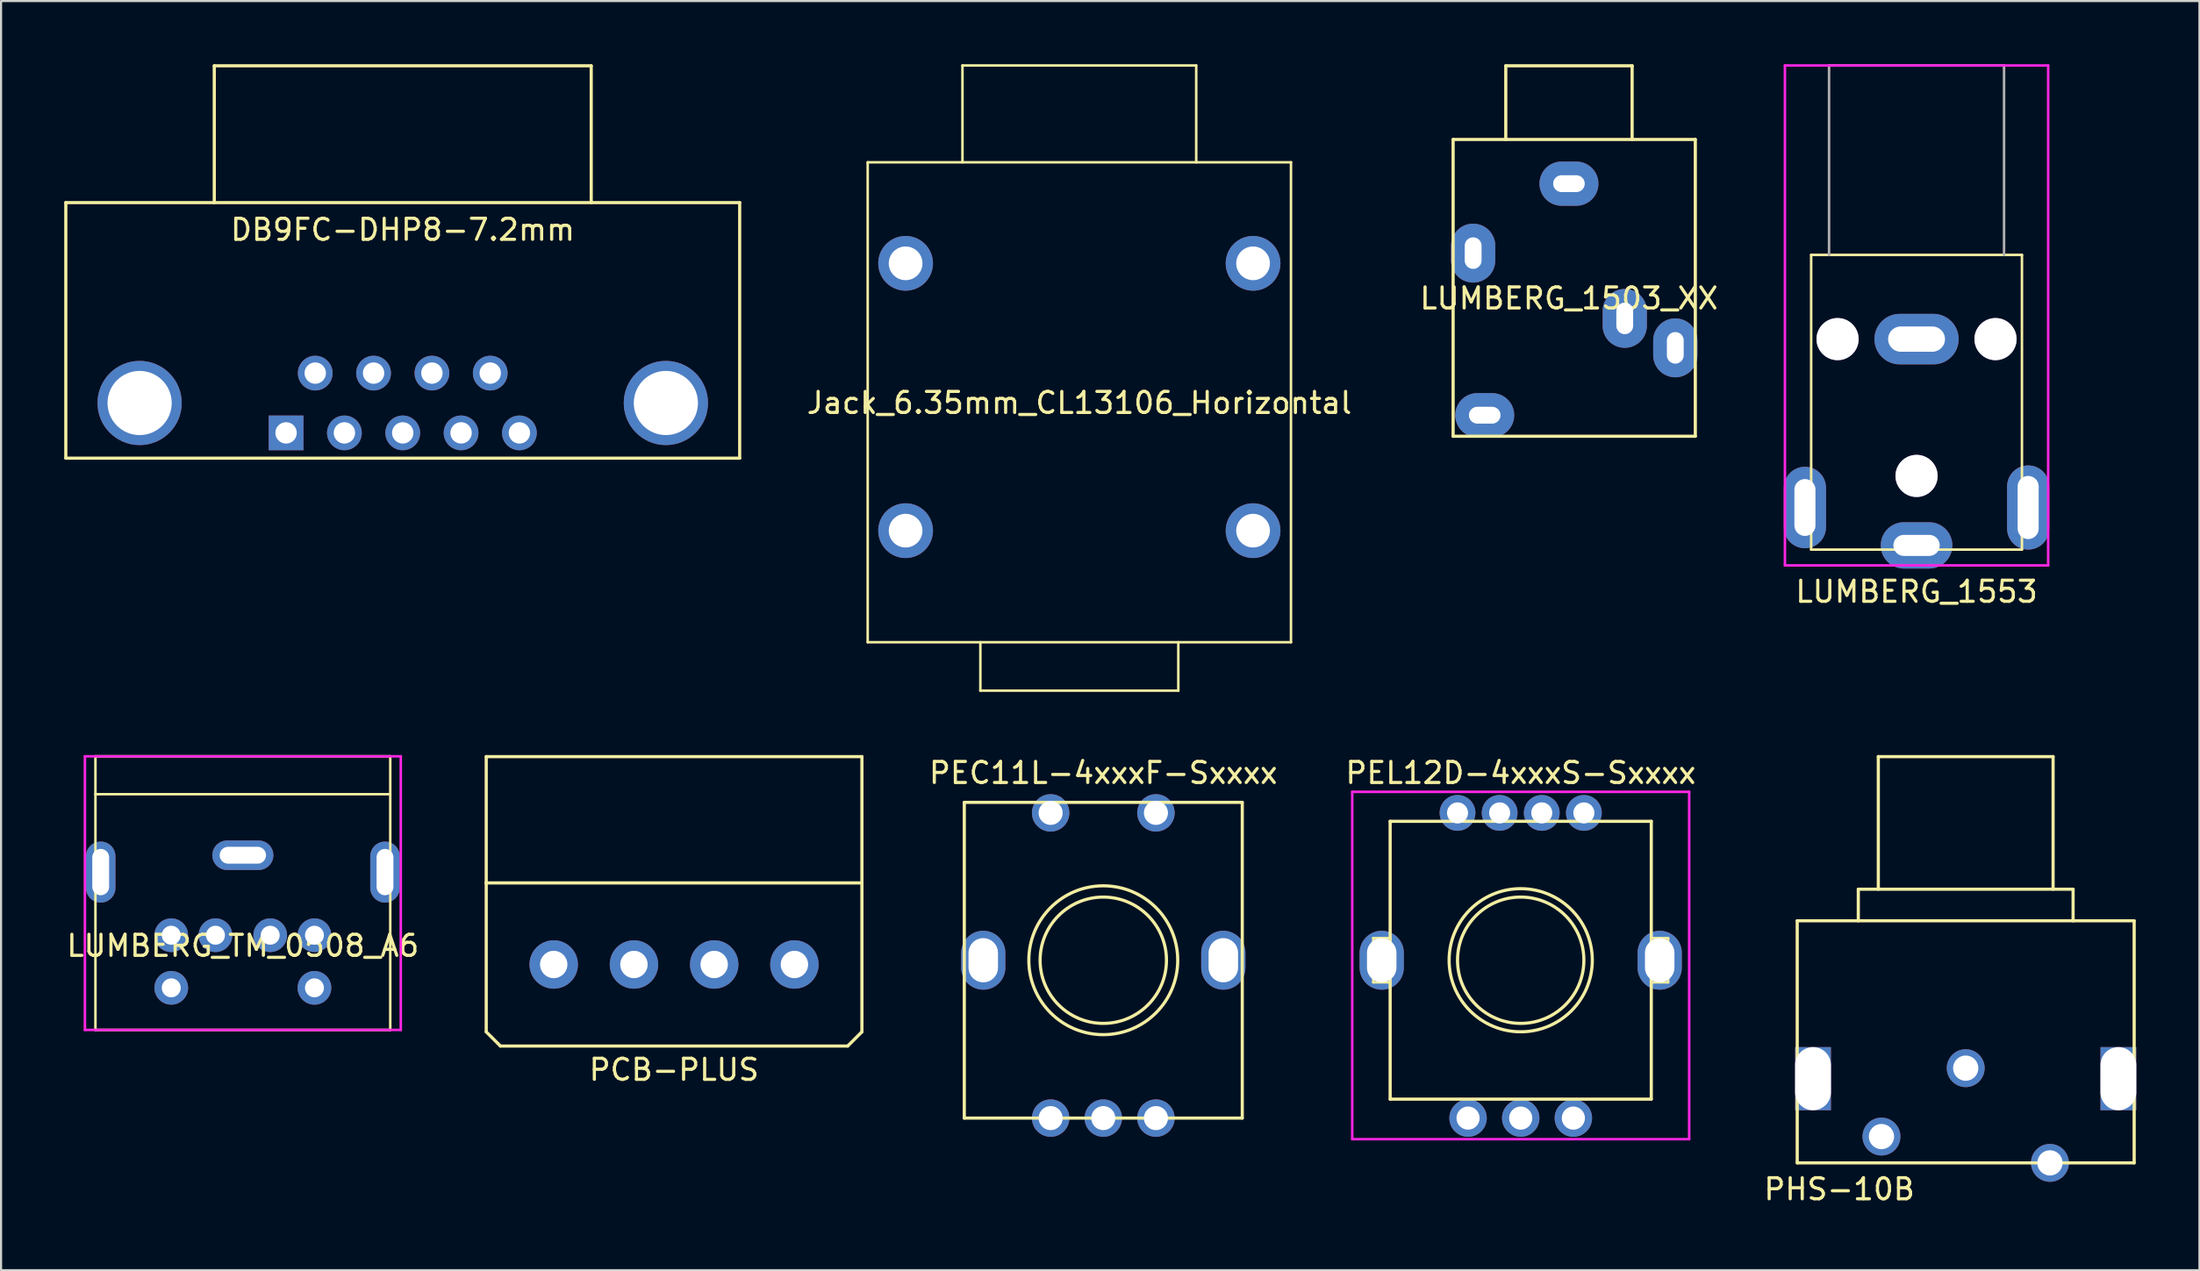
<source format=kicad_pcb>
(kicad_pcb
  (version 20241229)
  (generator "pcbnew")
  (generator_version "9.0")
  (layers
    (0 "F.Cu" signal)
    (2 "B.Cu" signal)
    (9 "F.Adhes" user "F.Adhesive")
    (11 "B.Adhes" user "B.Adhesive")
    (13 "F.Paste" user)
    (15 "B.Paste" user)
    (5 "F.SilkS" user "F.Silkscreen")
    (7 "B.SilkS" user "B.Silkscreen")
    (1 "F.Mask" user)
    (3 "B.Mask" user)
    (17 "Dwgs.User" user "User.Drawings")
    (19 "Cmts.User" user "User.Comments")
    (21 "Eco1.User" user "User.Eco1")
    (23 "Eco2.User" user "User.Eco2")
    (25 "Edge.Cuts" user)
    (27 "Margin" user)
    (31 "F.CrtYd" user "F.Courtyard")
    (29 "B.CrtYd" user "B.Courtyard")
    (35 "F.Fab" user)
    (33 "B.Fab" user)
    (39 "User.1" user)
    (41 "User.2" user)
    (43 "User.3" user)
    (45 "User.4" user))
  (footprint "PHS-10B"
    (layer "F.Cu")
    (at 86.294 50.945)
    (property "Reference" "PHS-10B" (at -2 2.5 0) (layer "F.SilkS") (effects (font (size 1 1) (thickness 0.15))))
    (attr through_hole)
    (fp_line (start -4 -10.25) (end -4 1.25) (stroke (width 0.15) (type solid)) (layer "F.SilkS"))
    (fp_line (start -4 -10.25) (end 12 -10.25) (stroke (width 0.15) (type solid)) (layer "F.SilkS"))
    (fp_line (start -4 1.25) (end 12 1.25) (stroke (width 0.15) (type solid)) (layer "F.SilkS"))
    (fp_line (start -1.1 -11.75) (end 9.1 -11.75) (stroke (width 0.15) (type solid)) (layer "F.SilkS"))
    (fp_line (start -1.1 -10.25) (end -1.1 -11.75) (stroke (width 0.15) (type solid)) (layer "F.SilkS"))
    (fp_line (start -0.15 -18.05) (end 8.15 -18.05) (stroke (width 0.15) (type solid)) (layer "F.SilkS"))
    (fp_line (start -0.15 -11.75) (end -0.15 -18.05) (stroke (width 0.15) (type solid)) (layer "F.SilkS"))
    (fp_line (start 8.15 -18.05) (end 8.15 -11.75) (stroke (width 0.15) (type solid)) (layer "F.SilkS"))
    (fp_line (start 9.1 -11.75) (end 9.1 -10.25) (stroke (width 0.15) (type solid)) (layer "F.SilkS"))
    (fp_line (start 12 1.25) (end 12 -10.25) (stroke (width 0.15) (type solid)) (layer "F.SilkS"))
    (pad "1" thru_hole circle (at 8 1.25) (size 1.8 1.8) (drill 1.2) (layers "*.Cu" "*.Mask"))
    (pad "2" thru_hole circle (at 0 0) (size 1.8 1.8) (drill 1.2) (layers "*.Cu" "*.Mask"))
    (pad "3" thru_hole circle (at 4 -3.25) (size 1.8 1.8) (drill 1.2) (layers "*.Cu" "*.Mask"))
    (pad "H2" thru_hole rect (at -3.25 -2.75) (size 1.7 3) (drill oval 1.7 3) (layers "*.Cu" "*.Mask"))
    (pad "H2" thru_hole rect (at 11.25 -2.75) (size 1.7 3) (drill oval 1.7 3) (layers "*.Cu" "*.Mask")))
  (footprint "Jack_6.35mm_CL13106_Horizontal"
    (layer "F.Cu")
    (at 48.204 4.66)
    (property "Reference" "Jack_6.35mm_CL13106_Horizontal" (at 0 11.43 0) (layer "F.SilkS") (effects (font (size 1 1) (thickness 0.15))))
    (attr through_hole)
    (fp_line (start -10.05 0) (end 10.05 0) (stroke (width 0.12) (type solid)) (layer "F.SilkS"))
    (fp_line (start -10.05 22.8) (end -10.05 0) (stroke (width 0.12) (type solid)) (layer "F.SilkS"))
    (fp_line (start -5.55 -4.6) (end 5.55 -4.6) (stroke (width 0.12) (type solid)) (layer "F.SilkS"))
    (fp_line (start -5.55 0) (end -5.55 -4.6) (stroke (width 0.12) (type solid)) (layer "F.SilkS"))
    (fp_line (start -4.7 22.8) (end -4.7 25.1) (stroke (width 0.12) (type solid)) (layer "F.SilkS"))
    (fp_line (start -4.7 25.1) (end 4.7 25.1) (stroke (width 0.12) (type solid)) (layer "F.SilkS"))
    (fp_line (start 4.7 22.8) (end 4.7 25.1) (stroke (width 0.12) (type solid)) (layer "F.SilkS"))
    (fp_line (start 5.55 -4.6) (end 5.55 0) (stroke (width 0.12) (type solid)) (layer "F.SilkS"))
    (fp_line (start 10.05 0) (end 10.05 22.8) (stroke (width 0.12) (type solid)) (layer "F.SilkS"))
    (fp_line (start 10.05 22.8) (end -10.05 22.8) (stroke (width 0.12) (type solid)) (layer "F.SilkS"))
    (pad "S" thru_hole circle (at -8.25 4.8) (size 2.6 2.6) (drill 1.6) (layers "*.Cu" "*.Mask"))
    (pad "SN" thru_hole circle (at 8.25 4.8) (size 2.6 2.6) (drill 1.6) (layers "*.Cu" "*.Mask"))
    (pad "T" thru_hole circle (at -8.25 17.5) (size 2.6 2.6) (drill 1.6) (layers "*.Cu" "*.Mask"))
    (pad "TN" thru_hole circle (at 8.25 17.5 90) (size 2.6 2.6) (drill 1.6) (layers "*.Cu" "*.Mask")))
  (footprint "PEL12D-4xxxS-Sxxxx"
    (layer "F.Cu")
    (at 69.163 42.568)
    (property "Reference" "PEL12D-4xxxS-Sxxxx" (at 0 -8.9 180) (layer "F.SilkS") (effects (font (size 1 1) (thickness 0.15))))
    (attr through_hole)
    (fp_line (start -7 -1.05) (end -7 1.05) (stroke (width 0.12) (type solid)) (layer "F.SilkS"))
    (fp_line (start -7 -1.05) (end -6.2 -1.05) (stroke (width 0.12) (type solid)) (layer "F.SilkS"))
    (fp_line (start -7 1.05) (end -6.2 1.05) (stroke (width 0.12) (type solid)) (layer "F.SilkS"))
    (fp_line (start -6.2 -6.6) (end 6.2 -6.6) (stroke (width 0.15) (type solid)) (layer "F.SilkS"))
    (fp_line (start -6.2 6.6) (end -6.2 -6.6) (stroke (width 0.15) (type solid)) (layer "F.SilkS"))
    (fp_line (start 6.2 -6.6) (end 6.2 6.6) (stroke (width 0.15) (type solid)) (layer "F.SilkS"))
    (fp_line (start 6.2 6.6) (end -6.2 6.6) (stroke (width 0.15) (type solid)) (layer "F.SilkS"))
    (fp_line (start 7 -1.05) (end 6.2 -1.05) (stroke (width 0.12) (type solid)) (layer "F.SilkS"))
    (fp_line (start 7 -1.05) (end 7 1.05) (stroke (width 0.12) (type solid)) (layer "F.SilkS"))
    (fp_line (start 7 1.05) (end 6.2 1.05) (stroke (width 0.12) (type solid)) (layer "F.SilkS"))
    (fp_circle (center 0 0) (end 0 -3) (stroke (width 0.15) (type solid)) (fill no) (layer "F.SilkS"))
    (fp_circle (center 0 0) (end 3.4 0) (stroke (width 0.15) (type solid)) (fill no) (layer "F.SilkS"))
    (fp_line (start -8 -8) (end 8 -8) (stroke (width 0.12) (type solid)) (layer "F.CrtYd"))
    (fp_line (start -8 8.5) (end -8 -8) (stroke (width 0.12) (type solid)) (layer "F.CrtYd"))
    (fp_line (start 8 -8) (end 8 8.5) (stroke (width 0.12) (type solid)) (layer "F.CrtYd"))
    (fp_line (start 8 8.5) (end -8 8.5) (stroke (width 0.12) (type solid)) (layer "F.CrtYd"))
    (pad "" thru_hole oval (at -6.6 0) (size 2.1 2.8) (drill oval 1.4 2.1) (layers "*.Cu" "*.Mask"))
    (pad "" thru_hole oval (at 6.6 0) (size 2.1 2.8) (drill oval 1.4 2.1) (layers "*.Cu" "*.Mask"))
    (pad "1" thru_hole circle (at 3 -7 90) (size 1.7 1.7) (drill 1) (layers "*.Cu" "*.Mask"))
    (pad "2" thru_hole circle (at 1 -7 90) (size 1.7 1.7) (drill 1) (layers "*.Cu" "*.Mask"))
    (pad "3" thru_hole circle (at -1 -7 90) (size 1.7 1.7) (drill 1) (layers "*.Cu" "*.Mask"))
    (pad "4" thru_hole circle (at -3 -7 90) (size 1.7 1.7) (drill 1) (layers "*.Cu" "*.Mask"))
    (pad "A" thru_hole circle (at -2.5 7.5 90) (size 1.778 1.778) (drill 1.1) (layers "*.Cu" "*.Mask"))
    (pad "B" thru_hole circle (at 2.5 7.5 90) (size 1.778 1.778) (drill 1.1) (layers "*.Cu" "*.Mask"))
    (pad "C" thru_hole circle (at 0 7.5 90) (size 1.778 1.778) (drill 1.1) (layers "*.Cu" "*.Mask")))
  (footprint "PEC11L-4xxxF-Sxxxx"
    (layer "F.Cu")
    (at 49.341 42.568)
    (property "Reference" "PEC11L-4xxxF-Sxxxx" (at 0 -8.9 180) (layer "F.SilkS") (effects (font (size 1 1) (thickness 0.15))))
    (attr through_hole)
    (fp_line (start -6.6 -7.5) (end 6.6 -7.5) (stroke (width 0.15) (type solid)) (layer "F.SilkS"))
    (fp_line (start -6.6 7.5) (end -6.6 -7.5) (stroke (width 0.15) (type solid)) (layer "F.SilkS"))
    (fp_line (start 6.6 -7.5) (end 6.6 7.5) (stroke (width 0.15) (type solid)) (layer "F.SilkS"))
    (fp_line (start 6.6 7.5) (end -6.6 7.5) (stroke (width 0.15) (type solid)) (layer "F.SilkS"))
    (fp_circle (center 0 0) (end -0.5 -3.5) (stroke (width 0.15) (type solid)) (fill no) (layer "F.SilkS"))
    (fp_circle (center 0 0) (end 0 -3) (stroke (width 0.15) (type solid)) (fill no) (layer "F.SilkS"))
    (pad "" thru_hole oval (at -5.7 0) (size 2.1 2.8) (drill oval 1.4 2.1) (layers "*.Cu" "*.Mask"))
    (pad "" thru_hole oval (at 5.7 0) (size 2.1 2.8) (drill oval 1.4 2.1) (layers "*.Cu" "*.Mask"))
    (pad "1" thru_hole circle (at -2.5 -7 90) (size 1.778 1.778) (drill 1.143) (layers "*.Cu" "*.Mask"))
    (pad "2" thru_hole circle (at 2.5 -7 90) (size 1.778 1.778) (drill 1.143) (layers "*.Cu" "*.Mask"))
    (pad "3" thru_hole circle (at -2.5 7.5 90) (size 1.778 1.778) (drill 1.143) (layers "*.Cu" "*.Mask"))
    (pad "4" thru_hole circle (at 0 7.5 90) (size 1.778 1.778) (drill 1.143) (layers "*.Cu" "*.Mask"))
    (pad "5" thru_hole circle (at 2.5 7.5 90) (size 1.778 1.778) (drill 1.143) (layers "*.Cu" "*.Mask")))
  (footprint "PCB-PLUS"
    (layer "F.Cu")
    (at 28.959 42.77)
    (property "Reference" "PCB-PLUS" (at 0 5 0) (layer "F.SilkS") (effects (font (size 1 1) (thickness 0.15))))
    (attr through_hole)
    (fp_line (start -8.92 -9.875) (end 8.92 -9.875) (stroke (width 0.15) (type solid)) (layer "F.SilkS"))
    (fp_line (start -8.92 -3.875) (end -8.92 -9.875) (stroke (width 0.15) (type solid)) (layer "F.SilkS"))
    (fp_line (start -8.92 -3.875) (end 8.92 -3.875) (stroke (width 0.15) (type solid)) (layer "F.SilkS"))
    (fp_line (start -8.92 3.2) (end -8.92 -3.875) (stroke (width 0.15) (type solid)) (layer "F.SilkS"))
    (fp_line (start -8.245 3.875) (end -8.92 3.2) (stroke (width 0.15) (type solid)) (layer "F.SilkS"))
    (fp_line (start 8.245 3.875) (end -8.248 3.875) (stroke (width 0.15) (type solid)) (layer "F.SilkS"))
    (fp_line (start 8.92 -9.875) (end 8.92 -3.875) (stroke (width 0.15) (type solid)) (layer "F.SilkS"))
    (fp_line (start 8.92 -3.875) (end 8.92 3.2) (stroke (width 0.15) (type solid)) (layer "F.SilkS"))
    (fp_line (start 8.92 3.2) (end 8.245 3.875) (stroke (width 0.15) (type solid)) (layer "F.SilkS"))
    (pad "1" thru_hole circle (at -5.715 0) (size 2.3 2.3) (drill 1.3) (layers "*.Cu" "*.Mask"))
    (pad "2" thru_hole circle (at -1.905 0) (size 2.3 2.3) (drill 1.3) (layers "*.Cu" "*.Mask"))
    (pad "3" thru_hole circle (at 1.905 0) (size 2.3 2.3) (drill 1.3) (layers "*.Cu" "*.Mask"))
    (pad "4" thru_hole circle (at 5.715 0) (size 2.3 2.3) (drill 1.3) (layers "*.Cu" "*.Mask")))
  (footprint "DB9FC-DHP8-7.2mm"
    (layer "F.Cu")
    (at 16.075 17.515)
    (property "Reference" "DB9FC-DHP8-7.2mm" (at 0 -9.652 0) (layer "F.SilkS") (effects (font (size 1 1) (thickness 0.15))))
    (attr through_hole)
    (fp_line (start -16 -10.94) (end -16 1.2) (stroke (width 0.15) (type solid)) (layer "F.SilkS"))
    (fp_line (start -16 1.2) (end 16 1.2) (stroke (width 0.15) (type solid)) (layer "F.SilkS"))
    (fp_line (start -8.95 -17.44) (end 8.95 -17.44) (stroke (width 0.15) (type solid)) (layer "F.SilkS"))
    (fp_line (start -8.95 -10.94) (end -8.95 -17.44) (stroke (width 0.15) (type solid)) (layer "F.SilkS"))
    (fp_line (start 8.95 -17.44) (end 8.95 -10.94) (stroke (width 0.15) (type solid)) (layer "F.SilkS"))
    (fp_line (start 16 -10.94) (end -16 -10.94) (stroke (width 0.15) (type solid)) (layer "F.SilkS"))
    (fp_line (start 16 1.2) (end 16 -10.94) (stroke (width 0.15) (type solid)) (layer "F.SilkS"))
    (pad "0" thru_hole circle (at -12.495 -1.42) (size 4 4) (drill 3.048) (layers "*.Cu" "*.Mask"))
    (pad "0" thru_hole circle (at 12.495 -1.42) (size 4 4) (drill 3.048) (layers "*.Cu" "*.Mask"))
    (pad "1" thru_hole rect (at -5.54 0) (size 1.65 1.65) (drill 1.016) (layers "*.Cu" "*.Mask"))
    (pad "2" thru_hole circle (at -2.77 0) (size 1.65 1.65) (drill 1.016) (layers "*.Cu" "*.Mask"))
    (pad "3" thru_hole circle (at 0 0) (size 1.65 1.65) (drill 1.016) (layers "*.Cu" "*.Mask"))
    (pad "4" thru_hole circle (at 2.77 0) (size 1.65 1.65) (drill 1.016) (layers "*.Cu" "*.Mask"))
    (pad "5" thru_hole circle (at 5.54 0) (size 1.65 1.65) (drill 1.016) (layers "*.Cu" "*.Mask"))
    (pad "6" thru_hole circle (at -4.155 -2.84) (size 1.65 1.65) (drill 1.016) (layers "*.Cu" "*.Mask"))
    (pad "7" thru_hole circle (at -1.385 -2.84) (size 1.65 1.65) (drill 1.016) (layers "*.Cu" "*.Mask"))
    (pad "8" thru_hole circle (at 1.385 -2.84) (size 1.65 1.65) (drill 1.016) (layers "*.Cu" "*.Mask"))
    (pad "9" thru_hole circle (at 4.155 -2.84) (size 1.65 1.65) (drill 1.016) (layers "*.Cu" "*.Mask")))
  (footprint "LUMBERG_1553"
    (layer "F.Cu")
    (at 87.96 13.06)
    (property "Reference" "LUMBERG_1553" (at 0 12 0) (layer "F.SilkS") (effects (font (size 1 1) (thickness 0.15))))
    (attr through_hole)
    (fp_line (start -5.005 -4) (end 5.005 -4) (stroke (width 0.12) (type solid)) (layer "F.SilkS"))
    (fp_line (start -5.005 10) (end -5.005 -4) (stroke (width 0.12) (type solid)) (layer "F.SilkS"))
    (fp_line (start 5.005 -4) (end 5.005 10) (stroke (width 0.12) (type solid)) (layer "F.SilkS"))
    (fp_line (start 5.005 10) (end -5.005 10) (stroke (width 0.12) (type solid)) (layer "F.SilkS"))
    (fp_line (start -6.25 -13) (end 6.25 -13) (stroke (width 0.12) (type solid)) (layer "F.CrtYd"))
    (fp_line (start -6.25 10.75) (end -6.25 -13) (stroke (width 0.12) (type solid)) (layer "F.CrtYd"))
    (fp_line (start 6.25 -13) (end 6.25 10.75) (stroke (width 0.12) (type solid)) (layer "F.CrtYd"))
    (fp_line (start 6.25 10.75) (end -6.25 10.75) (stroke (width 0.12) (type solid)) (layer "F.CrtYd"))
    (fp_line (start -4.155 -13) (end -4.155 -4) (stroke (width 0.12) (type solid)) (layer "F.Fab"))
    (fp_line (start 4.155 -13) (end -4.155 -13) (stroke (width 0.12) (type solid)) (layer "F.Fab"))
    (fp_line (start 4.155 -4) (end 4.155 -13) (stroke (width 0.12) (type solid)) (layer "F.Fab"))
    (pad "" thru_hole circle (at -3.75 0) (size 2 2) (drill 2) (layers "*.Cu" "*.Mask"))
    (pad "" thru_hole circle (at 0 6.5) (size 2 2) (drill 2) (layers "*.Cu" "*.Mask"))
    (pad "" thru_hole circle (at 3.75 0) (size 2 2) (drill 2) (layers "*.Cu" "*.Mask"))
    (pad "1" thru_hole oval (at 0 9.8) (size 3.4 2.2) (drill oval 2.2 1) (layers "*.Cu" "*.Mask"))
    (pad "1" thru_hole oval (at 5.3 8) (size 2 4) (drill oval 1 3) (layers "*.Cu" "*.Mask"))
    (pad "2" thru_hole oval (at 0 0) (size 4 2.4) (drill oval 2.7 1.2) (layers "*.Cu" "*.Mask"))
    (pad "4" thru_hole oval (at -5.3 8) (size 2 3.87) (drill oval 1 2.7) (layers "*.Cu" "*.Mask")))
  (footprint "LUMBERG_TM_0508_A6"
    (layer "F.Cu")
    (at 8.482 41.38)
    (property "Reference" "LUMBERG_TM_0508_A6" (at 0 0.5 0) (layer "F.SilkS") (effects (font (size 1 1) (thickness 0.15))))
    (attr through_hole)
    (fp_line (start -7 -8.5) (end 7 -8.5) (stroke (width 0.12) (type solid)) (layer "F.SilkS"))
    (fp_line (start -7 -6.7) (end 7 -6.7) (stroke (width 0.12) (type solid)) (layer "F.SilkS"))
    (fp_line (start -7 4.5) (end -7 -8.5) (stroke (width 0.12) (type solid)) (layer "F.SilkS"))
    (fp_line (start 7 -8.5) (end 7 4.5) (stroke (width 0.12) (type solid)) (layer "F.SilkS"))
    (fp_line (start 7 4.5) (end -7 4.5) (stroke (width 0.12) (type solid)) (layer "F.SilkS"))
    (fp_line (start -7.5 -8.5) (end 7.5 -8.5) (stroke (width 0.12) (type solid)) (layer "F.CrtYd"))
    (fp_line (start -7.5 4.5) (end -7.5 -8.5) (stroke (width 0.12) (type solid)) (layer "F.CrtYd"))
    (fp_line (start 7.5 -8.5) (end 7.5 4.5) (stroke (width 0.12) (type solid)) (layer "F.CrtYd"))
    (fp_line (start 7.5 4.5) (end -7.5 4.5) (stroke (width 0.12) (type solid)) (layer "F.CrtYd"))
    (pad "" thru_hole oval (at -6.75 -3) (size 1.4 2.9) (drill oval 0.8 2.2) (layers "*.Cu" "*.Mask"))
    (pad "" thru_hole oval (at 0 -3.8) (size 2.9 1.4) (drill oval 2.2 0.8) (layers "*.Cu" "*.Mask"))
    (pad "" thru_hole oval (at 6.75 -3) (size 1.4 2.9) (drill oval 0.8 2.2) (layers "*.Cu" "*.Mask"))
    (pad "1" thru_hole circle (at 1.3 0) (size 1.6 1.6) (drill 0.9) (layers "*.Cu" "*.Mask"))
    (pad "2" thru_hole circle (at -1.3 0) (size 1.6 1.6) (drill 0.9) (layers "*.Cu" "*.Mask"))
    (pad "3" thru_hole circle (at 3.4 0) (size 1.6 1.6) (drill 0.9) (layers "*.Cu" "*.Mask"))
    (pad "4" thru_hole circle (at -3.4 0) (size 1.6 1.6) (drill 0.9) (layers "*.Cu" "*.Mask"))
    (pad "5" thru_hole circle (at 3.4 2.5) (size 1.6 1.6) (drill 0.9) (layers "*.Cu" "*.Mask"))
    (pad "6" thru_hole circle (at -3.4 2.5) (size 1.6 1.6) (drill 0.9) (layers "*.Cu" "*.Mask")))
  (footprint "LUMBERG_1503_XX"
    (layer "F.Cu")
    (at 71.454 10.625)
    (property "Reference" "LUMBERG_1503_XX" (at 0 0.5 0) (layer "F.SilkS") (effects (font (size 1 1) (thickness 0.15))))
    (attr through_hole)
    (fp_line (start -5.5 -7.05) (end -5.5 7.05) (stroke (width 0.15) (type solid)) (layer "F.SilkS"))
    (fp_line (start -5.5 7.05) (end 6 7.05) (stroke (width 0.15) (type solid)) (layer "F.SilkS"))
    (fp_line (start -3 -10.55) (end 3 -10.55) (stroke (width 0.15) (type solid)) (layer "F.SilkS"))
    (fp_line (start -3 -7.05) (end -3 -10.55) (stroke (width 0.15) (type solid)) (layer "F.SilkS"))
    (fp_line (start 3 -10.55) (end 3 -7.05) (stroke (width 0.15) (type solid)) (layer "F.SilkS"))
    (fp_line (start 6 -7.05) (end -5.5 -7.05) (stroke (width 0.15) (type solid)) (layer "F.SilkS"))
    (fp_line (start 6 7.05) (end 6 -7.05) (stroke (width 0.15) (type solid)) (layer "F.SilkS"))
    (pad "1" thru_hole oval (at 0 -4.95) (size 2.8 2.1) (drill oval 1.5 0.8) (layers "*.Cu" "*.Mask"))
    (pad "2" thru_hole oval (at -4.55 -1.65) (size 2.1 2.8) (drill oval 0.8 1.5) (layers "*.Cu" "*.Mask"))
    (pad "3" thru_hole oval (at 5.05 2.85) (size 2.1 2.8) (drill oval 0.8 1.5) (layers "*.Cu" "*.Mask"))
    (pad "4" thru_hole oval (at -4 6.05) (size 2.8 2.1) (drill oval 1.5 0.8) (layers "*.Cu" "*.Mask"))
    (pad "5" thru_hole oval (at 2.65 1.45) (size 2.1 2.8) (drill oval 0.8 1.5) (layers "*.Cu" "*.Mask")))
  (gr_rect
    (start -3 -3)
    (end 101.394 57.293)
    (stroke (width 0.1) (type default))
    (fill no)
    (layer "Edge.Cuts")))
</source>
